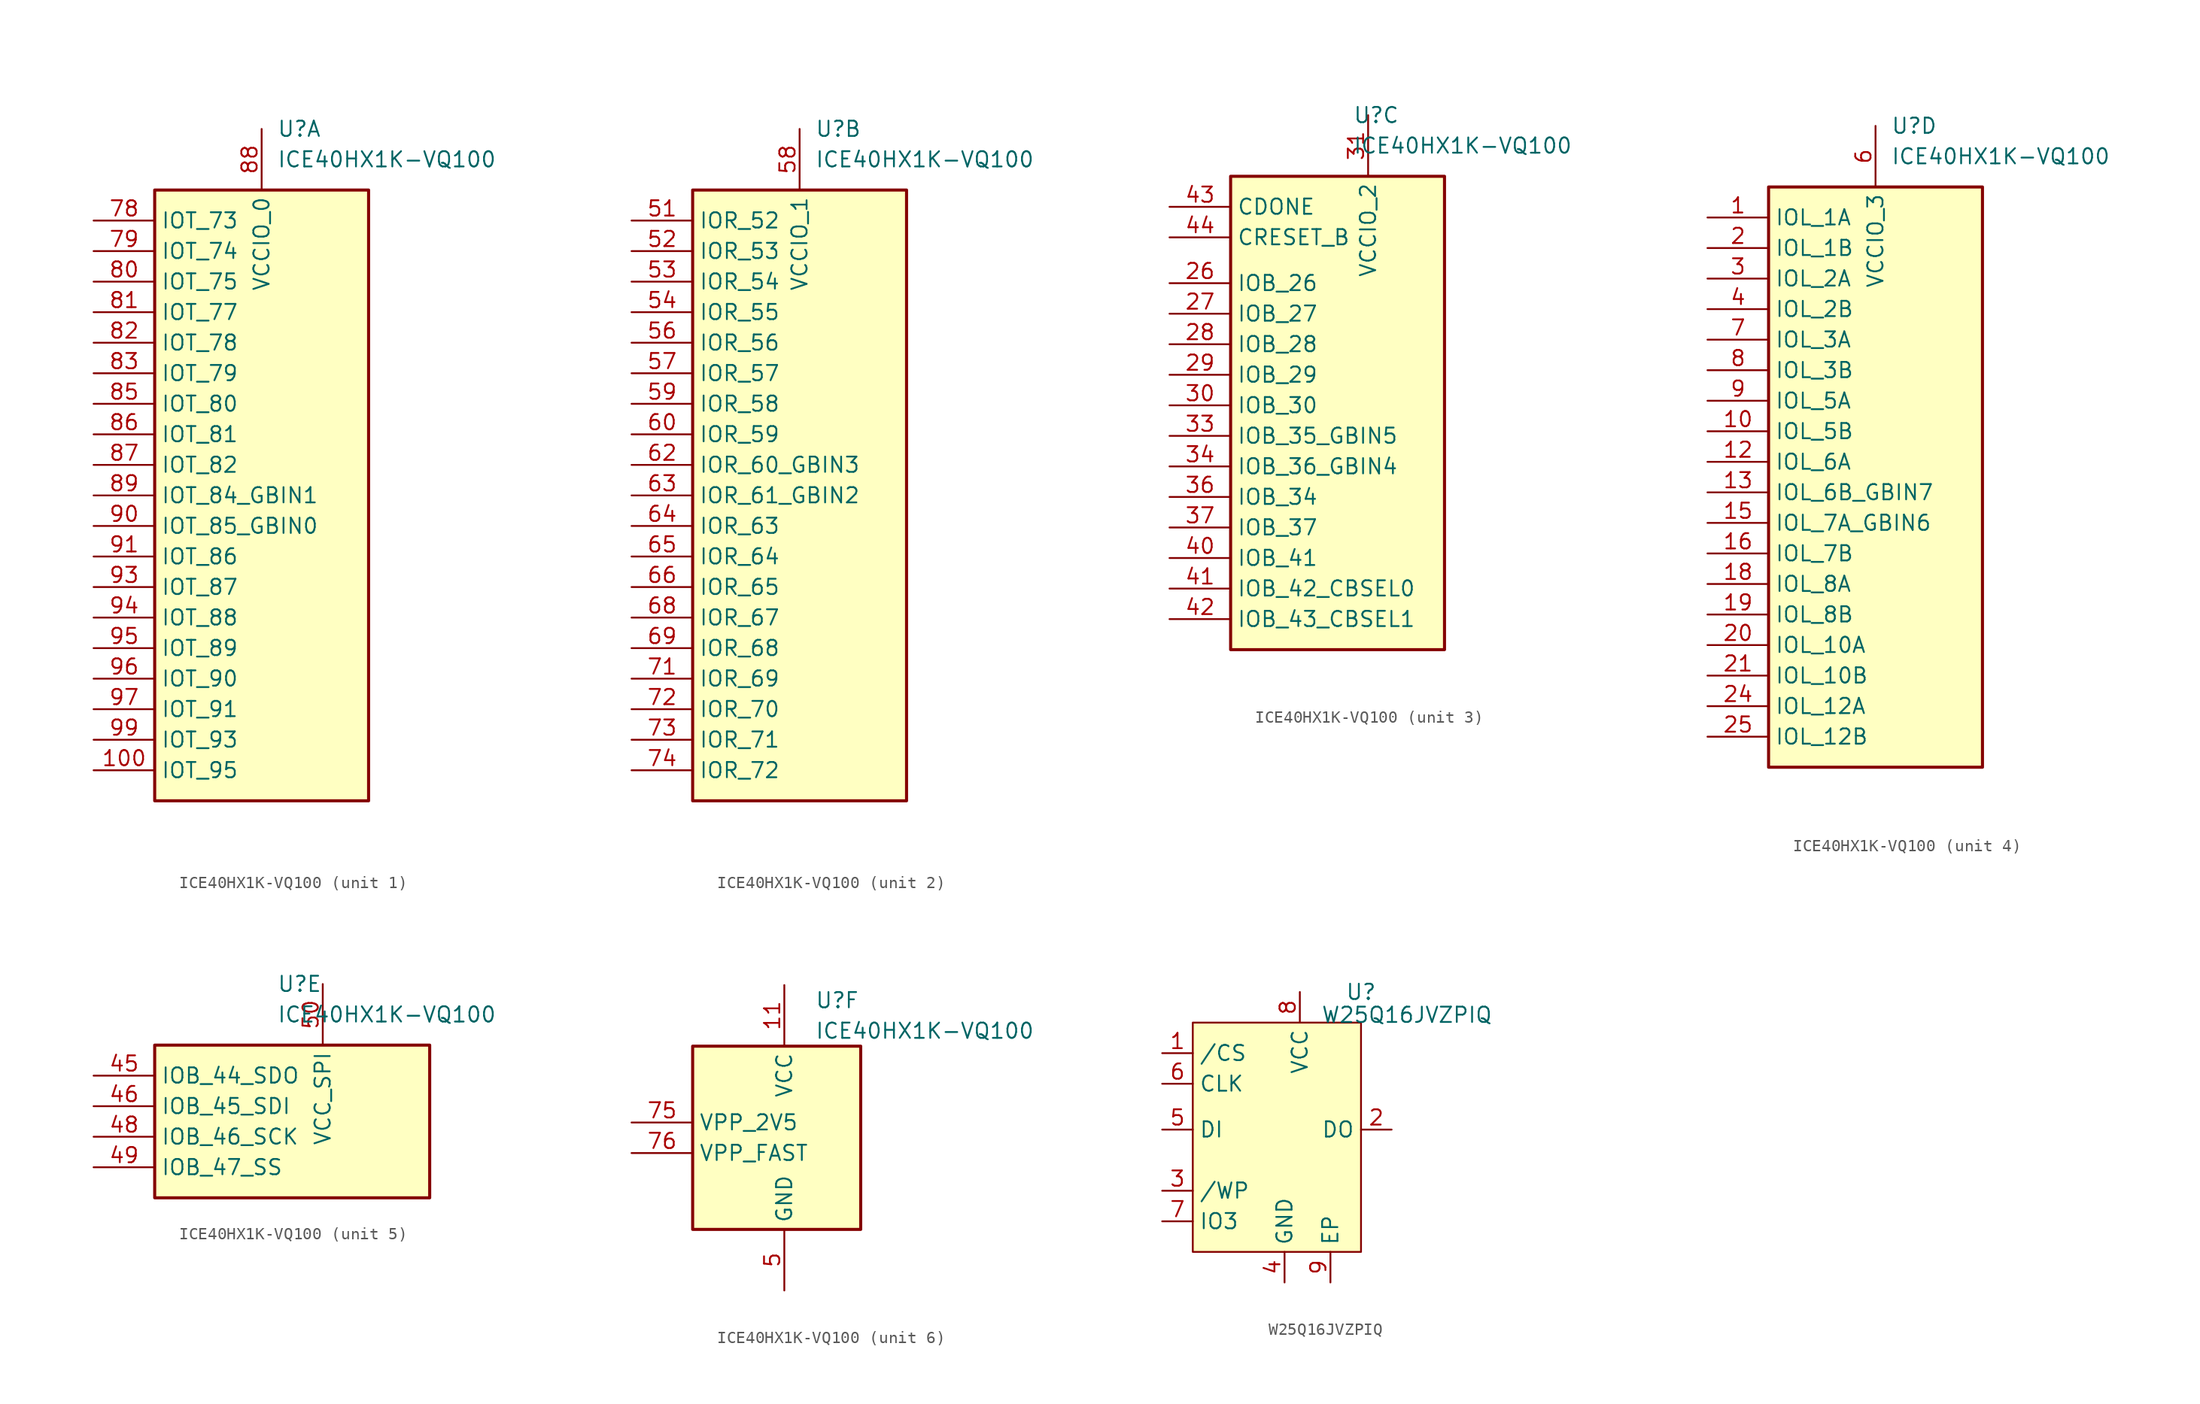
<source format=kicad_sym>
(kicad_symbol_lib
  (version 20220914)
  (generator kicad_symbol_editor)
  (symbol "ICE40HX1K-VQ100"
    (property "Reference" "U"
      (at 15.24 7.62 0)
      (effects (font (size 1.27 1.27)) (justify left)))
    (property "Value" "ICE40HX1K-VQ100"
      (at 15.24 5.08 0)
      (effects (font (size 1.27 1.27)) (justify left)))
    (property "ki_locked" ""
      (at 0 0 0)
      (effects (font (size 1.27 1.27))))
    (symbol "ICE40HX1K-VQ100_1_1"
      (rectangle (start 5.08 2.54) (end 22.86 -48.26) (stroke (width 0.254) (type solid)) (fill (type background)))
      (pin bidirectional line (at 0 -45.72 0) (length 5.08) (name "IOT_95" (effects (font (size 1.27 1.27)))) (number "100" (effects (font (size 1.27 1.27)))))
      (pin bidirectional line (at 0 0 0) (length 5.08) (name "IOT_73" (effects (font (size 1.27 1.27)))) (number "78" (effects (font (size 1.27 1.27)))))
      (pin bidirectional line (at 0 -2.54 0) (length 5.08) (name "IOT_74" (effects (font (size 1.27 1.27)))) (number "79" (effects (font (size 1.27 1.27)))))
      (pin bidirectional line (at 0 -5.08 0) (length 5.08) (name "IOT_75" (effects (font (size 1.27 1.27)))) (number "80" (effects (font (size 1.27 1.27)))))
      (pin bidirectional line (at 0 -7.62 0) (length 5.08) (name "IOT_77" (effects (font (size 1.27 1.27)))) (number "81" (effects (font (size 1.27 1.27)))))
      (pin bidirectional line (at 0 -10.16 0) (length 5.08) (name "IOT_78" (effects (font (size 1.27 1.27)))) (number "82" (effects (font (size 1.27 1.27)))))
      (pin bidirectional line (at 0 -12.7 0) (length 5.08) (name "IOT_79" (effects (font (size 1.27 1.27)))) (number "83" (effects (font (size 1.27 1.27)))))
      (pin bidirectional line (at 0 -15.24 0) (length 5.08) (name "IOT_80" (effects (font (size 1.27 1.27)))) (number "85" (effects (font (size 1.27 1.27)))))
      (pin bidirectional line (at 0 -17.78 0) (length 5.08) (name "IOT_81" (effects (font (size 1.27 1.27)))) (number "86" (effects (font (size 1.27 1.27)))))
      (pin bidirectional line (at 0 -20.32 0) (length 5.08) (name "IOT_82" (effects (font (size 1.27 1.27)))) (number "87" (effects (font (size 1.27 1.27)))))
      (pin power_in line (at 13.97 7.62 270) (length 5.08) (name "VCCIO_0" (effects (font (size 1.27 1.27)))) (number "88" (effects (font (size 1.27 1.27)))))
      (pin bidirectional line (at 0 -22.86 0) (length 5.08) (name "IOT_84_GBIN1" (effects (font (size 1.27 1.27)))) (number "89" (effects (font (size 1.27 1.27)))))
      (pin bidirectional line (at 0 -25.4 0) (length 5.08) (name "IOT_85_GBIN0" (effects (font (size 1.27 1.27)))) (number "90" (effects (font (size 1.27 1.27)))))
      (pin bidirectional line (at 0 -27.94 0) (length 5.08) (name "IOT_86" (effects (font (size 1.27 1.27)))) (number "91" (effects (font (size 1.27 1.27)))))
      (pin passive line (at 13.97 7.62 270) (length 5.08) hide (name "VCCIO_0" (effects (font (size 1.27 1.27)))) (number "92" (effects (font (size 1.27 1.27)))))
      (pin bidirectional line (at 0 -30.48 0) (length 5.08) (name "IOT_87" (effects (font (size 1.27 1.27)))) (number "93" (effects (font (size 1.27 1.27)))))
      (pin bidirectional line (at 0 -33.02 0) (length 5.08) (name "IOT_88" (effects (font (size 1.27 1.27)))) (number "94" (effects (font (size 1.27 1.27)))))
      (pin bidirectional line (at 0 -35.56 0) (length 5.08) (name "IOT_89" (effects (font (size 1.27 1.27)))) (number "95" (effects (font (size 1.27 1.27)))))
      (pin bidirectional line (at 0 -38.1 0) (length 5.08) (name "IOT_90" (effects (font (size 1.27 1.27)))) (number "96" (effects (font (size 1.27 1.27)))))
      (pin bidirectional line (at 0 -40.64 0) (length 5.08) (name "IOT_91" (effects (font (size 1.27 1.27)))) (number "97" (effects (font (size 1.27 1.27)))))
      (pin bidirectional line (at 0 -43.18 0) (length 5.08) (name "IOT_93" (effects (font (size 1.27 1.27)))) (number "99" (effects (font (size 1.27 1.27))))))
    (symbol "ICE40HX1K-VQ100_2_1"
      (rectangle (start 5.08 2.54) (end 22.86 -48.26) (stroke (width 0.254) (type solid)) (fill (type background)))
      (pin bidirectional line (at 0 0 0) (length 5.08) (name "IOR_52" (effects (font (size 1.27 1.27)))) (number "51" (effects (font (size 1.27 1.27)))))
      (pin bidirectional line (at 0 -2.54 0) (length 5.08) (name "IOR_53" (effects (font (size 1.27 1.27)))) (number "52" (effects (font (size 1.27 1.27)))))
      (pin bidirectional line (at 0 -5.08 0) (length 5.08) (name "IOR_54" (effects (font (size 1.27 1.27)))) (number "53" (effects (font (size 1.27 1.27)))))
      (pin bidirectional line (at 0 -7.62 0) (length 5.08) (name "IOR_55" (effects (font (size 1.27 1.27)))) (number "54" (effects (font (size 1.27 1.27)))))
      (pin bidirectional line (at 0 -10.16 0) (length 5.08) (name "IOR_56" (effects (font (size 1.27 1.27)))) (number "56" (effects (font (size 1.27 1.27)))))
      (pin bidirectional line (at 0 -12.7 0) (length 5.08) (name "IOR_57" (effects (font (size 1.27 1.27)))) (number "57" (effects (font (size 1.27 1.27)))))
      (pin power_in line (at 13.97 7.62 270) (length 5.08) (name "VCCIO_1" (effects (font (size 1.27 1.27)))) (number "58" (effects (font (size 1.27 1.27)))))
      (pin bidirectional line (at 0 -15.24 0) (length 5.08) (name "IOR_58" (effects (font (size 1.27 1.27)))) (number "59" (effects (font (size 1.27 1.27)))))
      (pin bidirectional line (at 0 -17.78 0) (length 5.08) (name "IOR_59" (effects (font (size 1.27 1.27)))) (number "60" (effects (font (size 1.27 1.27)))))
      (pin bidirectional line (at 0 -20.32 0) (length 5.08) (name "IOR_60_GBIN3" (effects (font (size 1.27 1.27)))) (number "62" (effects (font (size 1.27 1.27)))))
      (pin bidirectional line (at 0 -22.86 0) (length 5.08) (name "IOR_61_GBIN2" (effects (font (size 1.27 1.27)))) (number "63" (effects (font (size 1.27 1.27)))))
      (pin bidirectional line (at 0 -25.4 0) (length 5.08) (name "IOR_63" (effects (font (size 1.27 1.27)))) (number "64" (effects (font (size 1.27 1.27)))))
      (pin bidirectional line (at 0 -27.94 0) (length 5.08) (name "IOR_64" (effects (font (size 1.27 1.27)))) (number "65" (effects (font (size 1.27 1.27)))))
      (pin bidirectional line (at 0 -30.48 0) (length 5.08) (name "IOR_65" (effects (font (size 1.27 1.27)))) (number "66" (effects (font (size 1.27 1.27)))))
      (pin passive line (at 13.97 7.62 270) (length 5.08) hide (name "VCCIO_1" (effects (font (size 1.27 1.27)))) (number "67" (effects (font (size 1.27 1.27)))))
      (pin bidirectional line (at 0 -33.02 0) (length 5.08) (name "IOR_67" (effects (font (size 1.27 1.27)))) (number "68" (effects (font (size 1.27 1.27)))))
      (pin bidirectional line (at 0 -35.56 0) (length 5.08) (name "IOR_68" (effects (font (size 1.27 1.27)))) (number "69" (effects (font (size 1.27 1.27)))))
      (pin bidirectional line (at 0 -38.1 0) (length 5.08) (name "IOR_69" (effects (font (size 1.27 1.27)))) (number "71" (effects (font (size 1.27 1.27)))))
      (pin bidirectional line (at 0 -40.64 0) (length 5.08) (name "IOR_70" (effects (font (size 1.27 1.27)))) (number "72" (effects (font (size 1.27 1.27)))))
      (pin bidirectional line (at 0 -43.18 0) (length 5.08) (name "IOR_71" (effects (font (size 1.27 1.27)))) (number "73" (effects (font (size 1.27 1.27)))))
      (pin bidirectional line (at 0 -45.72 0) (length 5.08) (name "IOR_72" (effects (font (size 1.27 1.27)))) (number "74" (effects (font (size 1.27 1.27))))))
    (symbol "ICE40HX1K-VQ100_3_1"
      (rectangle (start 5.08 2.54) (end 22.86 -36.83) (stroke (width 0.254) (type solid)) (fill (type background)))
      (pin bidirectional line (at 0 -6.35 0) (length 5.08) (name "IOB_26" (effects (font (size 1.27 1.27)))) (number "26" (effects (font (size 1.27 1.27)))))
      (pin bidirectional line (at 0 -8.89 0) (length 5.08) (name "IOB_27" (effects (font (size 1.27 1.27)))) (number "27" (effects (font (size 1.27 1.27)))))
      (pin bidirectional line (at 0 -11.43 0) (length 5.08) (name "IOB_28" (effects (font (size 1.27 1.27)))) (number "28" (effects (font (size 1.27 1.27)))))
      (pin bidirectional line (at 0 -13.97 0) (length 5.08) (name "IOB_29" (effects (font (size 1.27 1.27)))) (number "29" (effects (font (size 1.27 1.27)))))
      (pin bidirectional line (at 0 -16.51 0) (length 5.08) (name "IOB_30" (effects (font (size 1.27 1.27)))) (number "30" (effects (font (size 1.27 1.27)))))
      (pin power_in line (at 16.51 7.62 270) (length 5.08) (name "VCCIO_2" (effects (font (size 1.27 1.27)))) (number "31" (effects (font (size 1.27 1.27)))))
      (pin bidirectional line (at 0 -19.05 0) (length 5.08) (name "IOB_35_GBIN5" (effects (font (size 1.27 1.27)))) (number "33" (effects (font (size 1.27 1.27)))))
      (pin bidirectional line (at 0 -21.59 0) (length 5.08) (name "IOB_36_GBIN4" (effects (font (size 1.27 1.27)))) (number "34" (effects (font (size 1.27 1.27)))))
      (pin bidirectional line (at 0 -24.13 0) (length 5.08) (name "IOB_34" (effects (font (size 1.27 1.27)))) (number "36" (effects (font (size 1.27 1.27)))))
      (pin bidirectional line (at 0 -26.67 0) (length 5.08) (name "IOB_37" (effects (font (size 1.27 1.27)))) (number "37" (effects (font (size 1.27 1.27)))))
      (pin passive line (at 16.51 7.62 270) (length 5.08) hide (name "VCCIO_2" (effects (font (size 1.27 1.27)))) (number "38" (effects (font (size 1.27 1.27)))))
      (pin bidirectional line (at 0 -29.21 0) (length 5.08) (name "IOB_41" (effects (font (size 1.27 1.27)))) (number "40" (effects (font (size 1.27 1.27)))))
      (pin bidirectional line (at 0 -31.75 0) (length 5.08) (name "IOB_42_CBSEL0" (effects (font (size 1.27 1.27)))) (number "41" (effects (font (size 1.27 1.27)))))
      (pin bidirectional line (at 0 -34.29 0) (length 5.08) (name "IOB_43_CBSEL1" (effects (font (size 1.27 1.27)))) (number "42" (effects (font (size 1.27 1.27)))))
      (pin bidirectional line (at 0 0 0) (length 5.08) (name "CDONE" (effects (font (size 1.27 1.27)))) (number "43" (effects (font (size 1.27 1.27)))))
      (pin input line (at 0 -2.54 0) (length 5.08) (name "CRESET_B" (effects (font (size 1.27 1.27)))) (number "44" (effects (font (size 1.27 1.27))))))
    (symbol "ICE40HX1K-VQ100_4_1"
      (rectangle (start 5.08 2.54) (end 22.86 -45.72) (stroke (width 0.254) (type solid)) (fill (type background)))
      (pin bidirectional line (at 0 0 0) (length 5.08) (name "IOL_1A" (effects (font (size 1.27 1.27)))) (number "1" (effects (font (size 1.27 1.27)))))
      (pin bidirectional line (at 0 -17.78 0) (length 5.08) (name "IOL_5B" (effects (font (size 1.27 1.27)))) (number "10" (effects (font (size 1.27 1.27)))))
      (pin bidirectional line (at 0 -20.32 0) (length 5.08) (name "IOL_6A" (effects (font (size 1.27 1.27)))) (number "12" (effects (font (size 1.27 1.27)))))
      (pin bidirectional line (at 0 -22.86 0) (length 5.08) (name "IOL_6B_GBIN7" (effects (font (size 1.27 1.27)))) (number "13" (effects (font (size 1.27 1.27)))))
      (pin passive line (at 13.97 7.62 270) (length 5.08) hide (name "VCCIO_3" (effects (font (size 1.27 1.27)))) (number "14" (effects (font (size 1.27 1.27)))))
      (pin bidirectional line (at 0 -25.4 0) (length 5.08) (name "IOL_7A_GBIN6" (effects (font (size 1.27 1.27)))) (number "15" (effects (font (size 1.27 1.27)))))
      (pin bidirectional line (at 0 -27.94 0) (length 5.08) (name "IOL_7B" (effects (font (size 1.27 1.27)))) (number "16" (effects (font (size 1.27 1.27)))))
      (pin bidirectional line (at 0 -30.48 0) (length 5.08) (name "IOL_8A" (effects (font (size 1.27 1.27)))) (number "18" (effects (font (size 1.27 1.27)))))
      (pin bidirectional line (at 0 -33.02 0) (length 5.08) (name "IOL_8B" (effects (font (size 1.27 1.27)))) (number "19" (effects (font (size 1.27 1.27)))))
      (pin bidirectional line (at 0 -2.54 0) (length 5.08) (name "IOL_1B" (effects (font (size 1.27 1.27)))) (number "2" (effects (font (size 1.27 1.27)))))
      (pin bidirectional line (at 0 -35.56 0) (length 5.08) (name "IOL_10A" (effects (font (size 1.27 1.27)))) (number "20" (effects (font (size 1.27 1.27)))))
      (pin bidirectional line (at 0 -38.1 0) (length 5.08) (name "IOL_10B" (effects (font (size 1.27 1.27)))) (number "21" (effects (font (size 1.27 1.27)))))
      (pin passive line (at 13.97 7.62 270) (length 5.08) hide (name "VCCIO_3" (effects (font (size 1.27 1.27)))) (number "22" (effects (font (size 1.27 1.27)))))
      (pin bidirectional line (at 0 -40.64 0) (length 5.08) (name "IOL_12A" (effects (font (size 1.27 1.27)))) (number "24" (effects (font (size 1.27 1.27)))))
      (pin bidirectional line (at 0 -43.18 0) (length 5.08) (name "IOL_12B" (effects (font (size 1.27 1.27)))) (number "25" (effects (font (size 1.27 1.27)))))
      (pin bidirectional line (at 0 -5.08 0) (length 5.08) (name "IOL_2A" (effects (font (size 1.27 1.27)))) (number "3" (effects (font (size 1.27 1.27)))))
      (pin bidirectional line (at 0 -7.62 0) (length 5.08) (name "IOL_2B" (effects (font (size 1.27 1.27)))) (number "4" (effects (font (size 1.27 1.27)))))
      (pin power_in line (at 13.97 7.62 270) (length 5.08) (name "VCCIO_3" (effects (font (size 1.27 1.27)))) (number "6" (effects (font (size 1.27 1.27)))))
      (pin bidirectional line (at 0 -10.16 0) (length 5.08) (name "IOL_3A" (effects (font (size 1.27 1.27)))) (number "7" (effects (font (size 1.27 1.27)))))
      (pin bidirectional line (at 0 -12.7 0) (length 5.08) (name "IOL_3B" (effects (font (size 1.27 1.27)))) (number "8" (effects (font (size 1.27 1.27)))))
      (pin bidirectional line (at 0 -15.24 0) (length 5.08) (name "IOL_5A" (effects (font (size 1.27 1.27)))) (number "9" (effects (font (size 1.27 1.27))))))
    (symbol "ICE40HX1K-VQ100_5_1"
      (rectangle (start 5.08 2.54) (end 27.94 -10.16) (stroke (width 0.254) (type solid)) (fill (type background)))
      (pin bidirectional line (at 0 0 0) (length 5.08) (name "IOB_44_SDO" (effects (font (size 1.27 1.27)))) (number "45" (effects (font (size 1.27 1.27)))))
      (pin bidirectional line (at 0 -2.54 0) (length 5.08) (name "IOB_45_SDI" (effects (font (size 1.27 1.27)))) (number "46" (effects (font (size 1.27 1.27)))))
      (pin bidirectional line (at 0 -5.08 0) (length 5.08) (name "IOB_46_SCK" (effects (font (size 1.27 1.27)))) (number "48" (effects (font (size 1.27 1.27)))))
      (pin bidirectional line (at 0 -7.62 0) (length 5.08) (name "IOB_47_SS" (effects (font (size 1.27 1.27)))) (number "49" (effects (font (size 1.27 1.27)))))
      (pin power_in line (at 19.05 7.62 270) (length 5.08) (name "VCC_SPI" (effects (font (size 1.27 1.27)))) (number "50" (effects (font (size 1.27 1.27))))))
    (symbol "ICE40HX1K-VQ100_6_1"
      (rectangle (start 5.08 3.81) (end 19.05 -11.43) (stroke (width 0.254) (type solid)) (fill (type background)))
      (pin power_in line (at 12.7 8.89 270) (length 5.08) (name "VCC" (effects (font (size 1.27 1.27)))) (number "11" (effects (font (size 1.27 1.27)))))
      (pin passive line (at 12.7 -16.51 90) (length 5.08) hide (name "GND" (effects (font (size 1.27 1.27)))) (number "17" (effects (font (size 1.27 1.27)))))
      (pin passive line (at 12.7 -16.51 90) (length 5.08) hide (name "GND" (effects (font (size 1.27 1.27)))) (number "23" (effects (font (size 1.27 1.27)))))
      (pin passive line (at 12.7 -16.51 90) (length 5.08) hide (name "GND" (effects (font (size 1.27 1.27)))) (number "32" (effects (font (size 1.27 1.27)))))
      (pin passive line (at 12.7 8.89 270) (length 5.08) hide (name "VCC" (effects (font (size 1.27 1.27)))) (number "35" (effects (font (size 1.27 1.27)))))
      (pin passive line (at 12.7 -16.51 90) (length 5.08) hide (name "GND" (effects (font (size 1.27 1.27)))) (number "39" (effects (font (size 1.27 1.27)))))
      (pin passive line (at 12.7 -16.51 90) (length 5.08) hide (name "GND" (effects (font (size 1.27 1.27)))) (number "47" (effects (font (size 1.27 1.27)))))
      (pin power_in line (at 12.7 -16.51 90) (length 5.08) (name "GND" (effects (font (size 1.27 1.27)))) (number "5" (effects (font (size 1.27 1.27)))))
      (pin passive line (at 12.7 -16.51 90) (length 5.08) hide (name "GND" (effects (font (size 1.27 1.27)))) (number "55" (effects (font (size 1.27 1.27)))))
      (pin passive line (at 12.7 8.89 270) (length 5.08) hide (name "VCC" (effects (font (size 1.27 1.27)))) (number "61" (effects (font (size 1.27 1.27)))))
      (pin passive line (at 12.7 -16.51 90) (length 5.08) hide (name "GND" (effects (font (size 1.27 1.27)))) (number "70" (effects (font (size 1.27 1.27)))))
      (pin power_in line (at 0 -2.54 0) (length 5.08) (name "VPP_2V5" (effects (font (size 1.27 1.27)))) (number "75" (effects (font (size 1.27 1.27)))))
      (pin power_in line (at 0 -5.08 0) (length 5.08) (name "VPP_FAST" (effects (font (size 1.27 1.27)))) (number "76" (effects (font (size 1.27 1.27)))))
      (pin passive line (at 12.7 8.89 270) (length 5.08) hide (name "VCC" (effects (font (size 1.27 1.27)))) (number "77" (effects (font (size 1.27 1.27)))))
      (pin passive line (at 12.7 -16.51 90) (length 5.08) hide (name "GND" (effects (font (size 1.27 1.27)))) (number "84" (effects (font (size 1.27 1.27)))))
      (pin passive line (at 12.7 -16.51 90) (length 5.08) hide (name "GND" (effects (font (size 1.27 1.27)))) (number "98" (effects (font (size 1.27 1.27)))))))
  (symbol "W25Q16JVZPIQ"
    (property "Reference" "U"
      (at 8.89 2.54 0)
      (effects (font (size 1.27 1.27))))
    (property "Value" "W25Q16JVZPIQ"
      (at 12.7 0.635 0)
      (effects (font (size 1.27 1.27))))
    (symbol "W25Q16JVZPIQ_0_0"
      (pin input line (at -7.62 -2.54 0) (length 2.54) (name "/CS" (effects (font (size 1.27 1.27)))) (number "1" (effects (font (size 1.27 1.27)))))
      (pin output line (at 11.43 -8.89 180) (length 2.54) (name "DO" (effects (font (size 1.27 1.27)))) (number "2" (effects (font (size 1.27 1.27)))))
      (pin input line (at -7.62 -13.97 0) (length 2.54) (name "/WP" (effects (font (size 1.27 1.27)))) (number "3" (effects (font (size 1.27 1.27)))))
      (pin power_in line (at 2.54 -21.59 90) (length 2.54) (name "GND" (effects (font (size 1.27 1.27)))) (number "4" (effects (font (size 1.27 1.27)))))
      (pin input line (at -7.62 -8.89 0) (length 2.54) (name "DI" (effects (font (size 1.27 1.27)))) (number "5" (effects (font (size 1.27 1.27)))))
      (pin input line (at -7.62 -5.08 0) (length 2.54) (name "CLK" (effects (font (size 1.27 1.27)))) (number "6" (effects (font (size 1.27 1.27)))))
      (pin power_in line (at 3.81 2.54 270) (length 2.54) (name "VCC" (effects (font (size 1.27 1.27)))) (number "8" (effects (font (size 1.27 1.27)))))
      (pin passive line (at 6.35 -21.59 90) (length 2.54) (name "EP" (effects (font (size 1.27 1.27)))) (number "9" (effects (font (size 1.27 1.27))))))
    (symbol "W25Q16JVZPIQ_1_0"
      (pin input line (at -7.62 -16.51 0) (length 2.54) (name "IO3" (effects (font (size 1.27 1.27)))) (number "7" (effects (font (size 1.27 1.27))))))
    (symbol "W25Q16JVZPIQ_1_1"
      (rectangle (start -5.08 0) (end 8.89 -19.05) (stroke (width 0) (type default)) (fill (type background))))))
</source>
